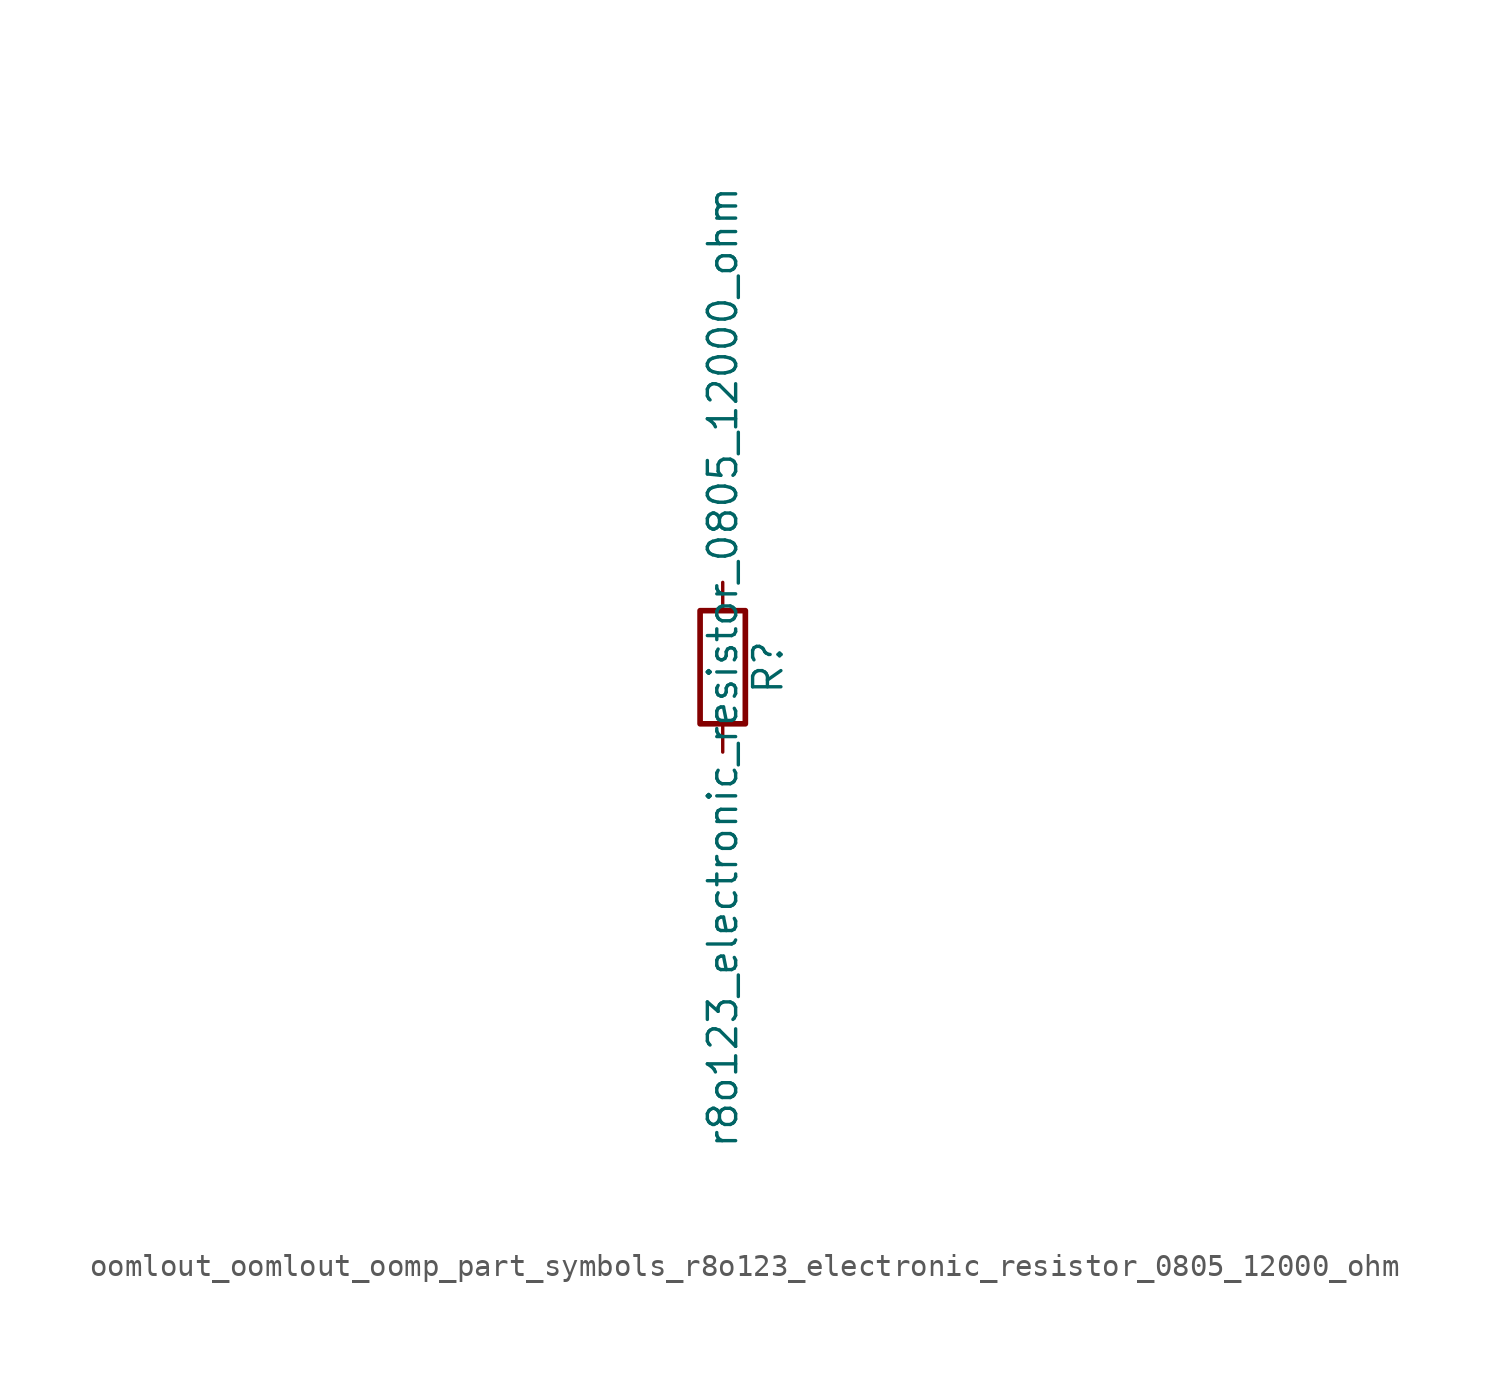
<source format=kicad_sym>
(kicad_symbol_lib
  (version 20220914)
  (generator kicad_symbol_editor)
  (symbol "oomlout_oomlout_oomp_part_symbols_r8o123_electronic_resistor_0805_12000_ohm"
    (pin_numbers hide)
    (pin_names
      (offset 0))
    (property "Reference" "R"
      (at 2.032 0 90)
      (effects (font (size 1.27 1.27))))
    (property "Value" "r8o123_electronic_resistor_0805_12000_ohm"
      (at 0 0 90)
      (effects (font (size 1.27 1.27))))
    (symbol "oomlout_oomlout_oomp_part_symbols_r8o123_electronic_resistor_0805_12000_ohm_0_1"
      (rectangle (start -1.016 -2.54) (end 1.016 2.54) (stroke (width 0.254) (type default)) (fill (type none))))
    (symbol "oomlout_oomlout_oomp_part_symbols_r8o123_electronic_resistor_0805_12000_ohm_1_1"
      (pin passive line (at 0 3.81 270) (length 1.27) (name "~" (effects (font (size 1.27 1.27)))) (number "1" (effects (font (size 1.27 1.27)))))
      (pin passive line (at 0 -3.81 90) (length 1.27) (name "~" (effects (font (size 1.27 1.27)))) (number "2" (effects (font (size 1.27 1.27))))))))
</source>
